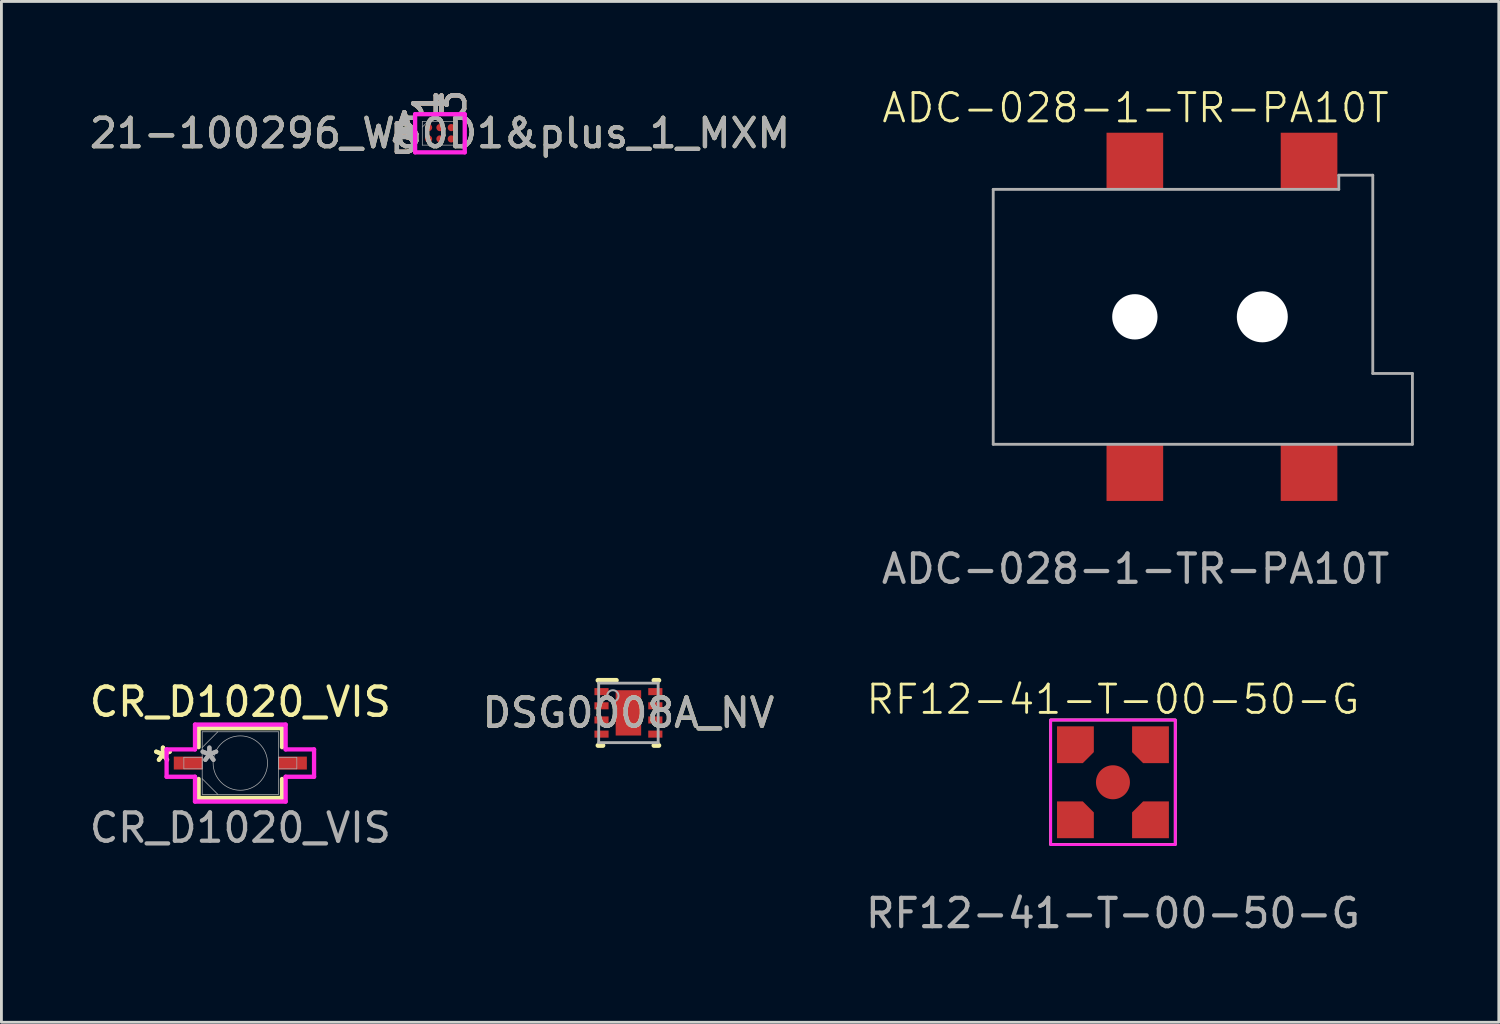
<source format=kicad_pcb>
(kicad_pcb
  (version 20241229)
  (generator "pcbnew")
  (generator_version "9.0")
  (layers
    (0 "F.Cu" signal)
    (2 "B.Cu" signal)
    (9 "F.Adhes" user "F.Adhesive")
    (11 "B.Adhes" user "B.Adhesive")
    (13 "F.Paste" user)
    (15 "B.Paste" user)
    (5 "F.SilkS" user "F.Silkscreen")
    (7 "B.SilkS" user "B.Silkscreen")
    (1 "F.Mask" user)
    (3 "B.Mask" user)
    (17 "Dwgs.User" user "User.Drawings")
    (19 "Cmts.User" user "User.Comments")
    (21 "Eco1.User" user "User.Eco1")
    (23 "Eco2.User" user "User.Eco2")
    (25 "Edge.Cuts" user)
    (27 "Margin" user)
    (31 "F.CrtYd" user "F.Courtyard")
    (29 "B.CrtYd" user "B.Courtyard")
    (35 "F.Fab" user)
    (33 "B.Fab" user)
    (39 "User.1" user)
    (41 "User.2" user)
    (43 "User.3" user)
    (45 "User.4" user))
  (footprint "RF12-41-T-00-50-G"
    (layer "F.Cu")
    (at 36.244 24.569)
    (property "Reference" "RF12-41-T-00-50-G" (at 0 -2.925 0) (unlocked yes) (layer "F.SilkS") (effects (font (size 1 1) (thickness 0.1))))
    (attr smd)
    (fp_rect (start -2.2 -2.2) (end 2.2 2.2) (stroke (width 0.1) (type default)) (fill no) (layer "F.SilkS"))
    (fp_rect (start -2.2 -2.2) (end 2.2 2.2) (stroke (width 0.1) (type default)) (fill no) (layer "F.CrtYd"))
    (fp_text user "${REFERENCE}" (at 0 4.625 0) (unlocked yes) (layer "F.Fab") (effects (font (size 1 1) (thickness 0.15))))
    (pad "1" smd circle (at 0 0) (size 1.2 1.2) (layers "F.Cu" "F.Mask" "F.Paste"))
    (pad "2" smd roundrect (at -1.325 -1.325 180) (size 1.3 1.3) (layers "F.Cu" "F.Mask" "F.Paste") (roundrect_rratio 0) (chamfer_ratio 0.3) (chamfer top_left))
    (pad "2" smd roundrect (at -1.325 1.325 270) (size 1.3 1.3) (layers "F.Cu" "F.Mask" "F.Paste") (roundrect_rratio 0) (chamfer_ratio 0.3) (chamfer top_left))
    (pad "2" smd roundrect (at 1.325 -1.325 90) (size 1.3 1.3) (layers "F.Cu" "F.Mask" "F.Paste") (roundrect_rratio 0) (chamfer_ratio 0.3) (chamfer top_left))
    (pad "2" smd roundrect (at 1.325 1.325) (size 1.3 1.3) (layers "F.Cu" "F.Mask" "F.Paste") (roundrect_rratio 0) (chamfer_ratio 0.3) (chamfer top_left)))
  (footprint "DSG0008A_NV"
    (layer "F.Cu")
    (at 19.137 22.119)
    (property "Reference" "DSG0008A_NV" (at 0 0 0) (unlocked yes) (layer "F.SilkS") (effects (font (size 1 1) (thickness 0.15))))
    (attr smd)
    (fp_line (start -1.075 -1.15) (end -0.425 -1.15) (stroke (width 0.17) (type solid)) (layer "F.SilkS"))
    (fp_line (start -1.075 1.15) (end -0.9 1.15) (stroke (width 0.17) (type solid)) (layer "F.SilkS"))
    (fp_line (start 0.9 -1.15) (end 1.075 -1.15) (stroke (width 0.17) (type solid)) (layer "F.SilkS"))
    (fp_line (start 0.9 1.15) (end 1.075 1.15) (stroke (width 0.17) (type solid)) (layer "F.SilkS"))
    (fp_poly (pts (xy -0.45 -0.149) (xy -0.45 -0.751) (xy -0.449 -0.761) (xy -0.446 -0.77) (xy -0.442 -0.778) (xy -0.436 -0.786) (xy -0.428 -0.792) (xy -0.42 -0.796) (xy -0.411 -0.799) (xy -0.401 -0.8) (xy 0.401 -0.8) (xy 0.411 -0.799) (xy 0.42 -0.796) (xy 0.428 -0.792) (xy 0.436 -0.786) (xy 0.442 -0.778) (xy 0.446 -0.77) (xy 0.449 -0.761) (xy 0.45 -0.751) (xy 0.45 -0.149) (xy 0.449 -0.139) (xy 0.446 -0.13) (xy 0.442 -0.122) (xy 0.436 -0.114) (xy 0.428 -0.108) (xy 0.42 -0.104) (xy 0.411 -0.101) (xy 0.401 -0.1) (xy -0.401 -0.1) (xy -0.411 -0.101) (xy -0.42 -0.104) (xy -0.428 -0.108) (xy -0.436 -0.114) (xy -0.442 -0.122) (xy -0.446 -0.13) (xy -0.449 -0.139)) (stroke (width 0) (type solid)) (fill yes) (layer "F.Paste"))
    (fp_poly (pts (xy -0.45 0.751) (xy -0.45 0.149) (xy -0.449 0.139) (xy -0.446 0.13) (xy -0.442 0.122) (xy -0.436 0.114) (xy -0.428 0.108) (xy -0.42 0.104) (xy -0.411 0.101) (xy -0.401 0.1) (xy 0.401 0.1) (xy 0.411 0.101) (xy 0.42 0.104) (xy 0.428 0.108) (xy 0.436 0.114) (xy 0.442 0.122) (xy 0.446 0.13) (xy 0.449 0.139) (xy 0.45 0.149) (xy 0.45 0.751) (xy 0.449 0.761) (xy 0.446 0.77) (xy 0.442 0.778) (xy 0.436 0.786) (xy 0.428 0.792) (xy 0.42 0.796) (xy 0.411 0.799) (xy 0.401 0.8) (xy -0.401 0.8) (xy -0.411 0.799) (xy -0.42 0.796) (xy -0.428 0.792) (xy -0.436 0.786) (xy -0.442 0.778) (xy -0.446 0.77) (xy -0.449 0.761)) (stroke (width 0) (type solid)) (fill yes) (layer "F.Paste"))
    (fp_line (start -1.05 -1.05) (end 1.05 -1.05) (stroke (width 0.1) (type solid)) (layer "F.Fab"))
    (fp_line (start -1.05 1.05) (end -1.05 -1.05) (stroke (width 0.1) (type solid)) (layer "F.Fab"))
    (fp_line (start -1.05 1.05) (end 1.05 1.05) (stroke (width 0.1) (type solid)) (layer "F.Fab"))
    (fp_line (start 1.05 1.05) (end 1.05 -1.05) (stroke (width 0.1) (type solid)) (layer "F.Fab"))
    (fp_circle (center -0.55 -0.6) (end -0.35 -0.6) (stroke (width 0.07) (type solid)) (fill no) (layer "F.Fab"))
    (fp_text user "${REFERENCE}" (at 0 0 0) (unlocked yes) (layer "F.Fab") (effects (font (size 1 1) (thickness 0.15))))
    (pad "1" smd rect (at -0.95 -0.75 90) (size 0.25 0.5) (layers "F.Cu" "F.Mask" "F.Paste"))
    (pad "2" smd rect (at -0.95 -0.25 90) (size 0.25 0.5) (layers "F.Cu" "F.Mask" "F.Paste"))
    (pad "3" smd rect (at -0.95 0.25 90) (size 0.25 0.5) (layers "F.Cu" "F.Mask" "F.Paste"))
    (pad "4" smd rect (at -0.95 0.75 90) (size 0.25 0.5) (layers "F.Cu" "F.Mask" "F.Paste"))
    (pad "5" smd rect (at 0.95 0.75 90) (size 0.25 0.5) (layers "F.Cu" "F.Mask" "F.Paste"))
    (pad "6" smd rect (at 0.95 0.25 90) (size 0.25 0.5) (layers "F.Cu" "F.Mask" "F.Paste"))
    (pad "7" smd rect (at 0.95 -0.25 90) (size 0.25 0.5) (layers "F.Cu" "F.Mask" "F.Paste"))
    (pad "8" smd rect (at 0.95 -0.75 90) (size 0.25 0.5) (layers "F.Cu" "F.Mask" "F.Paste"))
    (pad "9" smd rect (at 0 0) (size 0.9 1.6) (layers "F.Cu" "F.Mask" "F.Paste")))
  (footprint "21-100296_W60D1&plus_1_MXM"
    (layer "F.Cu")
    (at 12.482 1.655)
    (property "Reference" "21-100296_W60D1&plus_1_MXM" (at 0 0 0) (unlocked yes) (layer "F.SilkS") (effects (font (size 1 1) (thickness 0.15))))
    (attr smd)
    (fp_poly (pts (xy -1.044 -0.845) (xy 1.044 -0.845) (xy 1.044 0.845) (xy -1.044 0.845)) (stroke (width 0.1) (type solid)) (fill no) (layer "Eco2.User"))
    (fp_line (start -0.876 -0.673) (end 0.876 -0.673) (stroke (width 0.152) (type solid)) (layer "F.CrtYd"))
    (fp_line (start -0.876 0.673) (end -0.876 -0.673) (stroke (width 0.152) (type solid)) (layer "F.CrtYd"))
    (fp_line (start 0.876 -0.673) (end 0.876 0.673) (stroke (width 0.152) (type solid)) (layer "F.CrtYd"))
    (fp_line (start 0.876 0.673) (end -0.876 0.673) (stroke (width 0.152) (type solid)) (layer "F.CrtYd"))
    (fp_line (start -0.622 -0.419) (end -0.622 0.419) (stroke (width 0.025) (type solid)) (layer "F.Fab"))
    (fp_line (start -0.622 0.419) (end 0.622 0.419) (stroke (width 0.025) (type solid)) (layer "F.Fab"))
    (fp_line (start -0.422 -0.419) (end -0.622 -0.219) (stroke (width 0.025) (type solid)) (layer "F.Fab"))
    (fp_line (start 0.622 -0.419) (end -0.622 -0.419) (stroke (width 0.025) (type solid)) (layer "F.Fab"))
    (fp_line (start 0.622 0.419) (end 0.622 -0.419) (stroke (width 0.025) (type solid)) (layer "F.Fab"))
    (fp_text user "3" (at 0.4 -1.054 90) (unlocked yes) (layer "F.SilkS") (effects (font (size 1 1) (thickness 0.15))))
    (fp_text user "B" (at -1.257 0.2 0) (unlocked yes) (layer "F.SilkS") (effects (font (size 1 1) (thickness 0.15))))
    (fp_text user "1" (at -0.4 -1.054 90) (unlocked yes) (layer "F.SilkS") (effects (font (size 1 1) (thickness 0.15))))
    (fp_text user "A" (at -1.257 -0.2 0) (unlocked yes) (layer "F.SilkS") (effects (font (size 1 1) (thickness 0.15))))
    (fp_text user "B" (at -1.257 0.2 0) (unlocked yes) (layer "B.SilkS") (effects (font (size 1 1) (thickness 0.15))))
    (fp_text user "3" (at 0.4 -1.054 90) (unlocked yes) (layer "B.SilkS") (effects (font (size 1 1) (thickness 0.15))))
    (fp_text user "1" (at -0.4 -1.054 90) (unlocked yes) (layer "B.SilkS") (effects (font (size 1 1) (thickness 0.15))))
    (fp_text user "A" (at -1.257 -0.2 0) (unlocked yes) (layer "B.SilkS") (effects (font (size 1 1) (thickness 0.15))))
    (fp_text user "3" (at 0.4 -1.054 90) (unlocked yes) (layer "F.Fab") (effects (font (size 1 1) (thickness 0.15))))
    (fp_text user "B" (at -1.257 0.2 0) (unlocked yes) (layer "F.Fab") (effects (font (size 1 1) (thickness 0.15))))
    (fp_text user "A" (at -1.257 -0.2 0) (unlocked yes) (layer "F.Fab") (effects (font (size 1 1) (thickness 0.15))))
    (fp_text user "1" (at -0.4 -1.054 90) (unlocked yes) (layer "F.Fab") (effects (font (size 1 1) (thickness 0.15))))
    (fp_text user "${REFERENCE}" (at 0 0 0) (unlocked yes) (layer "F.Fab") (effects (font (size 1 1) (thickness 0.15))))
    (pad "A1" smd circle (at -0.4 -0.2) (size 0.254 0.254) (layers "F.Cu" "F.Mask" "F.Paste"))
    (pad "A2" smd circle (at 0 -0.2) (size 0.254 0.254) (layers "F.Cu" "F.Mask" "F.Paste"))
    (pad "A3" smd circle (at 0.4 -0.2) (size 0.254 0.254) (layers "F.Cu" "F.Mask" "F.Paste"))
    (pad "B1" smd circle (at -0.4 0.2) (size 0.254 0.254) (layers "F.Cu" "F.Mask" "F.Paste"))
    (pad "B2" smd circle (at 0 0.2) (size 0.254 0.254) (layers "F.Cu" "F.Mask" "F.Paste"))
    (pad "B3" smd circle (at 0.4 0.2) (size 0.254 0.254) (layers "F.Cu" "F.Mask" "F.Paste")))
  (footprint "ADC-028-1-TR-PA10T"
    (layer "F.Cu")
    (at 37.017 8.136)
    (property "Reference" "ADC-028-1-TR-PA10T" (at 0.025 -7.375 0) (unlocked yes) (layer "F.SilkS") (effects (font (size 1 1) (thickness 0.1))))
    (attr smd)
    (fp_line (start -5 -4.5) (end 7.2 -4.5) (stroke (width 0.1) (type default)) (layer "F.Fab"))
    (fp_line (start -5 4.5) (end -5 -4.5) (stroke (width 0.1) (type default)) (layer "F.Fab"))
    (fp_line (start 7.2 -5) (end 8.4 -5) (stroke (width 0.1) (type default)) (layer "F.Fab"))
    (fp_line (start 7.2 -4.5) (end 7.2 -5) (stroke (width 0.1) (type default)) (layer "F.Fab"))
    (fp_line (start 8.4 -5) (end 8.4 2) (stroke (width 0.1) (type default)) (layer "F.Fab"))
    (fp_line (start 8.4 2) (end 9.8 2) (stroke (width 0.1) (type default)) (layer "F.Fab"))
    (fp_line (start 9.8 2) (end 9.8 4.5) (stroke (width 0.1) (type default)) (layer "F.Fab"))
    (fp_line (start 9.8 4.5) (end -5 4.5) (stroke (width 0.1) (type default)) (layer "F.Fab"))
    (fp_text user "${REFERENCE}" (at 0.025 8.9 0) (unlocked yes) (layer "F.Fab") (effects (font (size 1 1) (thickness 0.15))))
    (pad "" np_thru_hole circle (at 0 0) (size 1.6 1.6) (drill 1.6) (layers "*.Cu" "*.Mask"))
    (pad "" np_thru_hole circle (at 4.5 0) (size 1.8 1.8) (drill 1.8) (layers "*.Cu" "*.Mask"))
    (pad "1" smd rect (at 0 -5.5) (size 2 2) (layers "F.Cu" "F.Mask" "F.Paste"))
    (pad "1" smd rect (at 6.15 -5.5) (size 2 2) (layers "F.Cu" "F.Mask" "F.Paste"))
    (pad "2" smd rect (at 0 5.5) (size 2 2) (layers "F.Cu" "F.Mask" "F.Paste"))
    (pad "3" smd rect (at 6.15 5.5) (size 2 2) (layers "F.Cu" "F.Mask" "F.Paste")))
  (footprint "CR_D1020_VIS"
    (layer "F.Cu")
    (at 5.435 23.891)
    (property "Reference" "CR_D1020_VIS" (at 0 -2.159 0) (unlocked yes) (layer "F.SilkS") (effects (font (size 1 1) (thickness 0.15))))
    (attr smd)
    (fp_line (start -1.473 -1.232) (end -1.473 -0.561) (stroke (width 0.152) (type solid)) (layer "F.SilkS"))
    (fp_line (start -1.473 0.561) (end -1.473 1.232) (stroke (width 0.152) (type solid)) (layer "F.SilkS"))
    (fp_line (start -1.473 1.232) (end 1.473 1.232) (stroke (width 0.152) (type solid)) (layer "F.SilkS"))
    (fp_line (start 1.473 -1.232) (end -1.473 -1.232) (stroke (width 0.152) (type solid)) (layer "F.SilkS"))
    (fp_line (start 1.473 -0.561) (end 1.473 -1.232) (stroke (width 0.152) (type solid)) (layer "F.SilkS"))
    (fp_line (start 1.473 1.232) (end 1.473 0.561) (stroke (width 0.152) (type solid)) (layer "F.SilkS"))
    (fp_line (start -2.603 -0.483) (end -1.6 -0.483) (stroke (width 0.152) (type solid)) (layer "F.CrtYd"))
    (fp_line (start -2.603 0.483) (end -2.603 -0.483) (stroke (width 0.152) (type solid)) (layer "F.CrtYd"))
    (fp_line (start -1.6 -1.359) (end 1.6 -1.359) (stroke (width 0.152) (type solid)) (layer "F.CrtYd"))
    (fp_line (start -1.6 -0.483) (end -1.6 -1.359) (stroke (width 0.152) (type solid)) (layer "F.CrtYd"))
    (fp_line (start -1.6 0.483) (end -2.603 0.483) (stroke (width 0.152) (type solid)) (layer "F.CrtYd"))
    (fp_line (start -1.6 1.359) (end -1.6 0.483) (stroke (width 0.152) (type solid)) (layer "F.CrtYd"))
    (fp_line (start 1.6 -1.359) (end 1.6 -0.483) (stroke (width 0.152) (type solid)) (layer "F.CrtYd"))
    (fp_line (start 1.6 -0.483) (end 2.603 -0.483) (stroke (width 0.152) (type solid)) (layer "F.CrtYd"))
    (fp_line (start 1.6 0.483) (end 1.6 1.359) (stroke (width 0.152) (type solid)) (layer "F.CrtYd"))
    (fp_line (start 1.6 1.359) (end -1.6 1.359) (stroke (width 0.152) (type solid)) (layer "F.CrtYd"))
    (fp_line (start 2.603 -0.483) (end 2.603 0.483) (stroke (width 0.152) (type solid)) (layer "F.CrtYd"))
    (fp_line (start 2.603 0.483) (end 1.6 0.483) (stroke (width 0.152) (type solid)) (layer "F.CrtYd"))
    (fp_line (start -1.994 -0.203) (end -1.994 0.203) (stroke (width 0.025) (type solid)) (layer "F.Fab"))
    (fp_line (start -1.994 0.203) (end -1.346 0.203) (stroke (width 0.025) (type solid)) (layer "F.Fab"))
    (fp_line (start -1.346 -1.105) (end -1.346 1.105) (stroke (width 0.025) (type solid)) (layer "F.Fab"))
    (fp_line (start -1.346 -0.552) (end -0.794 -1.105) (stroke (width 0.025) (type solid)) (layer "F.Fab"))
    (fp_line (start -1.346 -0.203) (end -1.994 -0.203) (stroke (width 0.025) (type solid)) (layer "F.Fab"))
    (fp_line (start -1.346 0.203) (end -1.346 -0.203) (stroke (width 0.025) (type solid)) (layer "F.Fab"))
    (fp_line (start -1.346 0.552) (end -0.794 1.105) (stroke (width 0.025) (type solid)) (layer "F.Fab"))
    (fp_line (start -1.346 1.105) (end 1.346 1.105) (stroke (width 0.025) (type solid)) (layer "F.Fab"))
    (fp_line (start 1.346 -1.105) (end -1.346 -1.105) (stroke (width 0.025) (type solid)) (layer "F.Fab"))
    (fp_line (start 1.346 -0.203) (end 1.346 0.203) (stroke (width 0.025) (type solid)) (layer "F.Fab"))
    (fp_line (start 1.346 0.203) (end 1.994 0.203) (stroke (width 0.025) (type solid)) (layer "F.Fab"))
    (fp_line (start 1.346 1.105) (end 1.346 -1.105) (stroke (width 0.025) (type solid)) (layer "F.Fab"))
    (fp_line (start 1.994 -0.203) (end 1.346 -0.203) (stroke (width 0.025) (type solid)) (layer "F.Fab"))
    (fp_line (start 1.994 0.203) (end 1.994 -0.203) (stroke (width 0.025) (type solid)) (layer "F.Fab"))
    (fp_circle (center 0 0) (end -0.679 0.679) (stroke (width 0.025) (type solid)) (fill no) (layer "F.Fab"))
    (fp_text user "*" (at -2.731 0 0) (layer "F.SilkS") (effects (font (size 1 1) (thickness 0.15))))
    (fp_text user "*" (at -2.731 0 0) (unlocked yes) (layer "F.SilkS") (effects (font (size 1 1) (thickness 0.15))))
    (fp_text user "*" (at -1.092 0 0) (unlocked yes) (layer "F.Fab") (effects (font (size 1 1) (thickness 0.15))))
    (fp_text user "${REFERENCE}" (at 0 2.286 0) (unlocked yes) (layer "F.Fab") (effects (font (size 1 1) (thickness 0.15))))
    (fp_text user "*" (at -1.092 0 0) (layer "F.Fab") (effects (font (size 1 1) (thickness 0.15))))
    (pad "1" smd rect (at -1.841 0) (size 1.016 0.457) (layers "F.Cu" "F.Mask" "F.Paste"))
    (pad "2" smd rect (at 1.841 0) (size 1.016 0.457) (layers "F.Cu" "F.Mask" "F.Paste")))
  (gr_rect
    (start -3 -3)
    (end 49.867 33.042)
    (stroke (width 0.1) (type default))
    (fill no)
    (layer "Edge.Cuts")))
</source>
